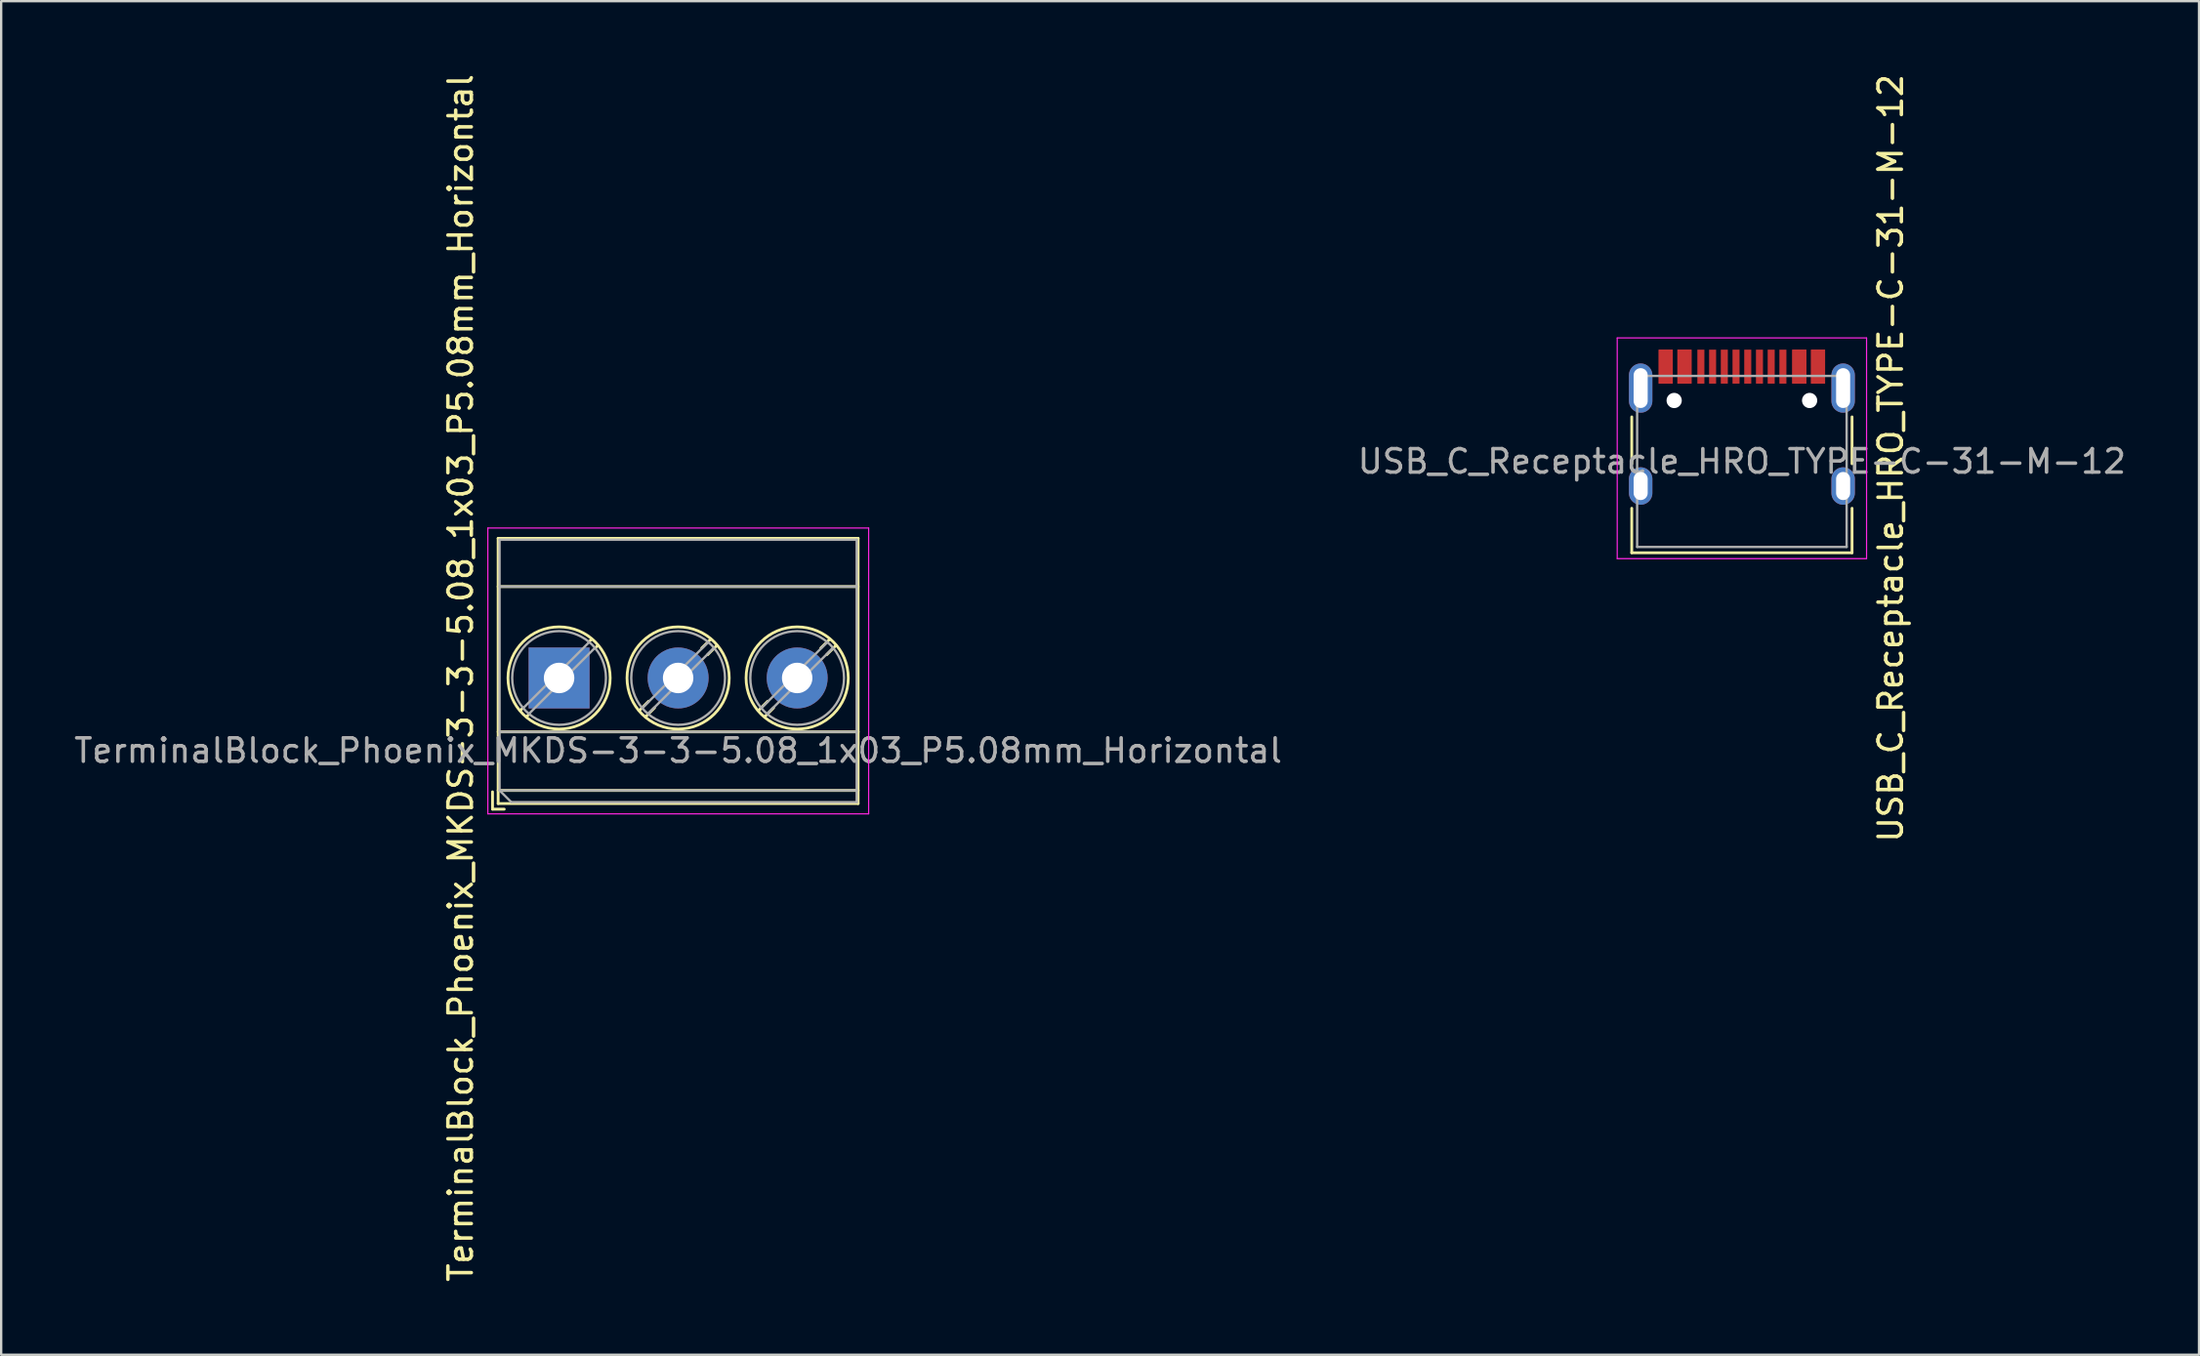
<source format=kicad_pcb>
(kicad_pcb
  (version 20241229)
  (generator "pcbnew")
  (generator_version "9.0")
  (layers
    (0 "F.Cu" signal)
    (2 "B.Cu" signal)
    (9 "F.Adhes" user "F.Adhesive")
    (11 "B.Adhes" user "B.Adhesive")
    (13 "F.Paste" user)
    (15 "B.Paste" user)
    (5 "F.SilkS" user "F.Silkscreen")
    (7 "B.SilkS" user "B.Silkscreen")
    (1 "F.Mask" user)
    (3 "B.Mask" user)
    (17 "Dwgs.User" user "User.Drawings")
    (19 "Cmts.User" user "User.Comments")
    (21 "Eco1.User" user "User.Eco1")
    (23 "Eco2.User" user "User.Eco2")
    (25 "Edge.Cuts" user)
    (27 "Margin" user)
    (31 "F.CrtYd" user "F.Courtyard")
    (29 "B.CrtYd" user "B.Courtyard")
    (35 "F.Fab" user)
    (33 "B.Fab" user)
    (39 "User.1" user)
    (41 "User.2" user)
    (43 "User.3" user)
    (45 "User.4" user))
  (footprint "USB_C_Receptacle_HRO_TYPE-C-31-M-12"
    (layer "F.Cu")
    (at 71.28 16.644)
    (property "Reference" "USB_C_Receptacle_HRO_TYPE-C-31-M-12" (at 6.35 -0.138 90) (layer "F.SilkS") (effects (font (size 1 1) (thickness 0.15))))
    (attr smd)
    (fp_line (start -4.7 -1.9) (end -4.7 0.1) (stroke (width 0.12) (type solid)) (layer "F.SilkS"))
    (fp_line (start -4.7 2) (end -4.7 3.9) (stroke (width 0.12) (type solid)) (layer "F.SilkS"))
    (fp_line (start -4.7 3.9) (end 4.7 3.9) (stroke (width 0.12) (type solid)) (layer "F.SilkS"))
    (fp_line (start 4.7 -1.9) (end 4.7 0.1) (stroke (width 0.12) (type solid)) (layer "F.SilkS"))
    (fp_line (start 4.7 2) (end 4.7 3.9) (stroke (width 0.12) (type solid)) (layer "F.SilkS"))
    (fp_line (start -5.32 -5.27) (end -5.32 4.15) (stroke (width 0.05) (type solid)) (layer "F.CrtYd"))
    (fp_line (start -5.32 -5.27) (end 5.32 -5.27) (stroke (width 0.05) (type solid)) (layer "F.CrtYd"))
    (fp_line (start -5.32 4.15) (end 5.32 4.15) (stroke (width 0.05) (type solid)) (layer "F.CrtYd"))
    (fp_line (start 5.32 -5.27) (end 5.32 4.15) (stroke (width 0.05) (type solid)) (layer "F.CrtYd"))
    (fp_line (start -4.47 -3.65) (end -4.47 3.65) (stroke (width 0.1) (type solid)) (layer "F.Fab"))
    (fp_line (start -4.47 -3.65) (end 4.47 -3.65) (stroke (width 0.1) (type solid)) (layer "F.Fab"))
    (fp_line (start -4.47 3.65) (end 4.47 3.65) (stroke (width 0.1) (type solid)) (layer "F.Fab"))
    (fp_line (start 4.47 -3.65) (end 4.47 3.65) (stroke (width 0.1) (type solid)) (layer "F.Fab"))
    (fp_text user "${REFERENCE}" (at 0 0 180) (layer "F.Fab") (effects (font (size 1 1) (thickness 0.15))))
    (pad "" np_thru_hole circle (at -2.89 -2.6) (size 0.65 0.65) (drill 0.65) (layers "*.Cu" "*.Mask"))
    (pad "" np_thru_hole circle (at 2.89 -2.6) (size 0.65 0.65) (drill 0.65) (layers "*.Cu" "*.Mask"))
    (pad "A1" smd rect (at -3.25 -4.045) (size 0.6 1.45) (layers "F.Cu" "F.Mask" "F.Paste"))
    (pad "A4" smd rect (at -2.45 -4.045) (size 0.6 1.45) (layers "F.Cu" "F.Mask" "F.Paste"))
    (pad "A5" smd rect (at -1.25 -4.045) (size 0.3 1.45) (layers "F.Cu" "F.Mask" "F.Paste"))
    (pad "A6" smd rect (at -0.25 -4.045) (size 0.3 1.45) (layers "F.Cu" "F.Mask" "F.Paste"))
    (pad "A7" smd rect (at 0.25 -4.045) (size 0.3 1.45) (layers "F.Cu" "F.Mask" "F.Paste"))
    (pad "A8" smd rect (at 1.25 -4.045) (size 0.3 1.45) (layers "F.Cu" "F.Mask" "F.Paste"))
    (pad "A9" smd rect (at 2.45 -4.045) (size 0.6 1.45) (layers "F.Cu" "F.Mask" "F.Paste"))
    (pad "A12" smd rect (at 3.25 -4.045) (size 0.6 1.45) (layers "F.Cu" "F.Mask" "F.Paste"))
    (pad "B1" smd rect (at 3.25 -4.045) (size 0.6 1.45) (layers "F.Cu" "F.Mask" "F.Paste"))
    (pad "B4" smd rect (at 2.45 -4.045) (size 0.6 1.45) (layers "F.Cu" "F.Mask" "F.Paste"))
    (pad "B5" smd rect (at 1.75 -4.045) (size 0.3 1.45) (layers "F.Cu" "F.Mask" "F.Paste"))
    (pad "B6" smd rect (at 0.75 -4.045) (size 0.3 1.45) (layers "F.Cu" "F.Mask" "F.Paste"))
    (pad "B7" smd rect (at -0.75 -4.045) (size 0.3 1.45) (layers "F.Cu" "F.Mask" "F.Paste"))
    (pad "B8" smd rect (at -1.75 -4.045) (size 0.3 1.45) (layers "F.Cu" "F.Mask" "F.Paste"))
    (pad "B9" smd rect (at -2.45 -4.045) (size 0.6 1.45) (layers "F.Cu" "F.Mask" "F.Paste"))
    (pad "B12" smd rect (at -3.25 -4.045) (size 0.6 1.45) (layers "F.Cu" "F.Mask" "F.Paste"))
    (pad "S1" thru_hole oval (at -4.32 -3.13) (size 1 2.1) (drill oval 0.6 1.7) (layers "*.Cu" "*.Mask"))
    (pad "S1" thru_hole oval (at -4.32 1.05) (size 1 1.6) (drill oval 0.6 1.2) (layers "*.Cu" "*.Mask"))
    (pad "S1" thru_hole oval (at 4.32 -3.13) (size 1 2.1) (drill oval 0.6 1.7) (layers "*.Cu" "*.Mask"))
    (pad "S1" thru_hole oval (at 4.32 1.05) (size 1 1.6) (drill oval 0.6 1.2) (layers "*.Cu" "*.Mask")))
  (footprint "TerminalBlock_Phoenix_MKDS-3-3-5.08_1x03_P5.08mm_Horizontal"
    (layer "F.Cu")
    (at 20.807 25.887)
    (property "Reference" "TerminalBlock_Phoenix_MKDS-3-3-5.08_1x03_P5.08mm_Horizontal" (at -4.2 0 270) (layer "F.SilkS") (effects (font (size 1 1) (thickness 0.15))))
    (attr through_hole)
    (fp_line (start -2.84 4.86) (end -2.84 5.6) (stroke (width 0.12) (type solid)) (layer "F.SilkS"))
    (fp_line (start -2.84 5.6) (end -2.34 5.6) (stroke (width 0.12) (type solid)) (layer "F.SilkS"))
    (fp_line (start -2.6 -5.96) (end -2.6 5.36) (stroke (width 0.12) (type solid)) (layer "F.SilkS"))
    (fp_line (start -2.6 -5.96) (end 12.76 -5.96) (stroke (width 0.12) (type solid)) (layer "F.SilkS"))
    (fp_line (start -2.6 -3.9) (end 12.76 -3.9) (stroke (width 0.12) (type solid)) (layer "F.SilkS"))
    (fp_line (start -2.6 2.3) (end 12.76 2.3) (stroke (width 0.12) (type solid)) (layer "F.SilkS"))
    (fp_line (start -2.6 4.8) (end 12.76 4.8) (stroke (width 0.12) (type solid)) (layer "F.SilkS"))
    (fp_line (start -2.6 5.36) (end 12.76 5.36) (stroke (width 0.12) (type solid)) (layer "F.SilkS"))
    (fp_line (start -1.548 1.281) (end -1.654 1.388) (stroke (width 0.12) (type solid)) (layer "F.SilkS"))
    (fp_line (start -1.282 1.547) (end -1.388 1.654) (stroke (width 0.12) (type solid)) (layer "F.SilkS"))
    (fp_line (start 1.388 -1.654) (end 1.281 -1.547) (stroke (width 0.12) (type solid)) (layer "F.SilkS"))
    (fp_line (start 1.654 -1.388) (end 1.547 -1.281) (stroke (width 0.12) (type solid)) (layer "F.SilkS"))
    (fp_line (start 3.822 0.992) (end 3.427 1.388) (stroke (width 0.12) (type solid)) (layer "F.SilkS"))
    (fp_line (start 4.073 1.274) (end 3.693 1.654) (stroke (width 0.12) (type solid)) (layer "F.SilkS"))
    (fp_line (start 6.468 -1.654) (end 6.088 -1.274) (stroke (width 0.12) (type solid)) (layer "F.SilkS"))
    (fp_line (start 6.734 -1.388) (end 6.339 -0.992) (stroke (width 0.12) (type solid)) (layer "F.SilkS"))
    (fp_line (start 8.902 0.992) (end 8.507 1.388) (stroke (width 0.12) (type solid)) (layer "F.SilkS"))
    (fp_line (start 9.153 1.274) (end 8.773 1.654) (stroke (width 0.12) (type solid)) (layer "F.SilkS"))
    (fp_line (start 11.548 -1.654) (end 11.168 -1.274) (stroke (width 0.12) (type solid)) (layer "F.SilkS"))
    (fp_line (start 11.814 -1.388) (end 11.419 -0.992) (stroke (width 0.12) (type solid)) (layer "F.SilkS"))
    (fp_line (start 12.76 -5.96) (end 12.76 5.36) (stroke (width 0.12) (type solid)) (layer "F.SilkS"))
    (fp_circle (center 0 0) (end 2.18 0) (stroke (width 0.12) (type solid)) (fill no) (layer "F.SilkS"))
    (fp_circle (center 5.08 0) (end 7.26 0) (stroke (width 0.12) (type solid)) (fill no) (layer "F.SilkS"))
    (fp_circle (center 10.16 0) (end 12.34 0) (stroke (width 0.12) (type solid)) (fill no) (layer "F.SilkS"))
    (fp_line (start -3.04 -6.4) (end -3.04 5.8) (stroke (width 0.05) (type solid)) (layer "F.CrtYd"))
    (fp_line (start -3.04 5.8) (end 13.21 5.8) (stroke (width 0.05) (type solid)) (layer "F.CrtYd"))
    (fp_line (start 13.21 -6.4) (end -3.04 -6.4) (stroke (width 0.05) (type solid)) (layer "F.CrtYd"))
    (fp_line (start 13.21 5.8) (end 13.21 -6.4) (stroke (width 0.05) (type solid)) (layer "F.CrtYd"))
    (fp_line (start -2.54 -5.9) (end 12.7 -5.9) (stroke (width 0.1) (type solid)) (layer "F.Fab"))
    (fp_line (start -2.54 -3.9) (end 12.7 -3.9) (stroke (width 0.1) (type solid)) (layer "F.Fab"))
    (fp_line (start -2.54 2.3) (end 12.7 2.3) (stroke (width 0.1) (type solid)) (layer "F.Fab"))
    (fp_line (start -2.54 4.8) (end -2.54 -5.9) (stroke (width 0.1) (type solid)) (layer "F.Fab"))
    (fp_line (start -2.54 4.8) (end 12.7 4.8) (stroke (width 0.1) (type solid)) (layer "F.Fab"))
    (fp_line (start -2.04 5.3) (end -2.54 4.8) (stroke (width 0.1) (type solid)) (layer "F.Fab"))
    (fp_line (start 1.273 -1.517) (end -1.517 1.273) (stroke (width 0.1) (type solid)) (layer "F.Fab"))
    (fp_line (start 1.517 -1.273) (end -1.273 1.517) (stroke (width 0.1) (type solid)) (layer "F.Fab"))
    (fp_line (start 6.353 -1.517) (end 3.564 1.273) (stroke (width 0.1) (type solid)) (layer "F.Fab"))
    (fp_line (start 6.597 -1.273) (end 3.808 1.517) (stroke (width 0.1) (type solid)) (layer "F.Fab"))
    (fp_line (start 11.433 -1.517) (end 8.644 1.273) (stroke (width 0.1) (type solid)) (layer "F.Fab"))
    (fp_line (start 11.677 -1.273) (end 8.888 1.517) (stroke (width 0.1) (type solid)) (layer "F.Fab"))
    (fp_line (start 12.7 -5.9) (end 12.7 5.3) (stroke (width 0.1) (type solid)) (layer "F.Fab"))
    (fp_line (start 12.7 5.3) (end -2.04 5.3) (stroke (width 0.1) (type solid)) (layer "F.Fab"))
    (fp_circle (center 0 0) (end 2 0) (stroke (width 0.1) (type solid)) (fill no) (layer "F.Fab"))
    (fp_circle (center 5.08 0) (end 7.08 0) (stroke (width 0.1) (type solid)) (fill no) (layer "F.Fab"))
    (fp_circle (center 10.16 0) (end 12.16 0) (stroke (width 0.1) (type solid)) (fill no) (layer "F.Fab"))
    (fp_text user "${REFERENCE}" (at 5.08 3.1 180) (layer "F.Fab") (effects (font (size 1 1) (thickness 0.15))))
    (pad "1" thru_hole rect (at 0 0) (size 2.6 2.6) (drill 1.3) (layers "*.Cu" "*.Mask"))
    (pad "2" thru_hole circle (at 5.08 0) (size 2.6 2.6) (drill 1.3) (layers "*.Cu" "*.Mask"))
    (pad "3" thru_hole circle (at 10.16 0) (size 2.6 2.6) (drill 1.3) (layers "*.Cu" "*.Mask")))
  (gr_rect
    (start -3 -3)
    (end 90.786 54.774)
    (stroke (width 0.1) (type default))
    (fill no)
    (layer "Edge.Cuts")))
</source>
